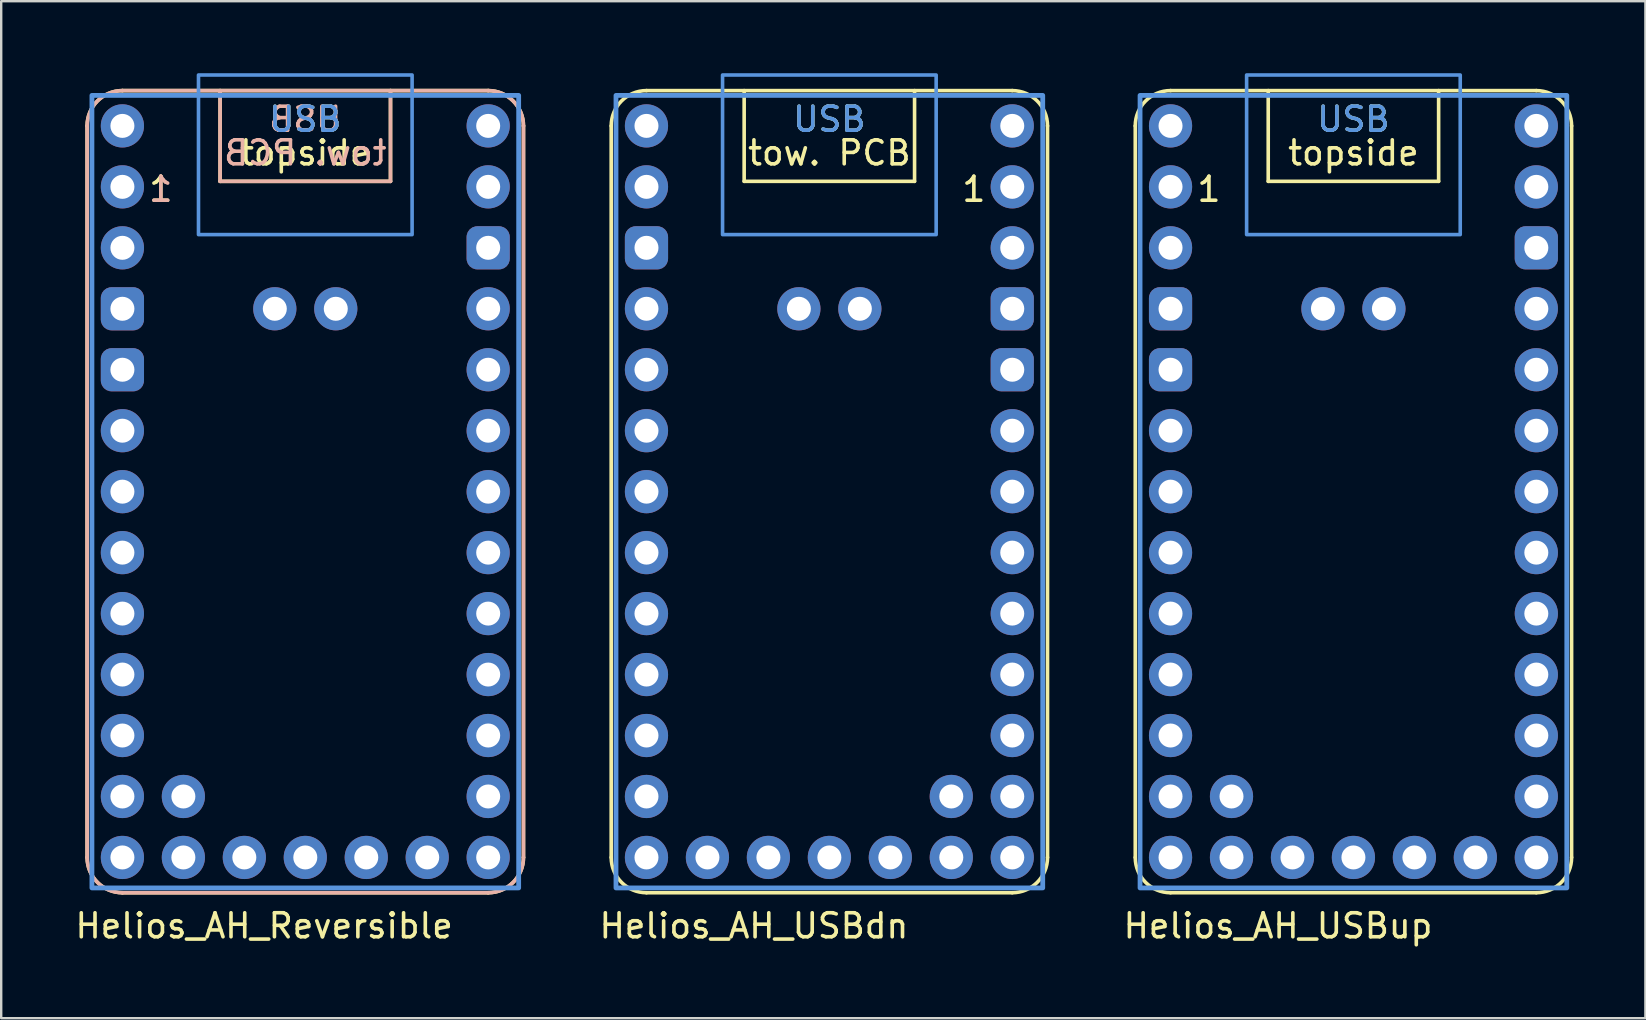
<source format=kicad_pcb>
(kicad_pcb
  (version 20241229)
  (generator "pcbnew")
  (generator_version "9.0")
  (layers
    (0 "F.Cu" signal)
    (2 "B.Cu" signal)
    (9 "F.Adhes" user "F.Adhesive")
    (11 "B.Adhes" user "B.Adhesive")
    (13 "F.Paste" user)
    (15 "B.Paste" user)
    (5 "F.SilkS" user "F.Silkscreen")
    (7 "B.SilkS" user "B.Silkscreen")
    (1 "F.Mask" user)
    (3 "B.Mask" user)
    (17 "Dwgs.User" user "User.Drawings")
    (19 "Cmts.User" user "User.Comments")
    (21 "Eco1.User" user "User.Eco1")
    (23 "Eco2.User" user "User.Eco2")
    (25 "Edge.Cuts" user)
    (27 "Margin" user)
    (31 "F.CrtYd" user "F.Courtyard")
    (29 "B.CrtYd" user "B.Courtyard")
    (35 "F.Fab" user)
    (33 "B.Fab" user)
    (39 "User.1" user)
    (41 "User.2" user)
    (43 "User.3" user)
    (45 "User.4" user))
  (footprint "Helios_AH_USBup"
    (layer "F.Cu")
    (at 53.34 18.705)
    (property "Reference" "Helios_AH_USBup" (at -9.67 16.82 0) (layer "F.SilkS") (effects (font (size 1 1) (thickness 0.15)) (justify left)))
    (attr through_hole exclude_from_pos_files exclude_from_bom)
    (fp_line (start -9.09 -16.51) (end -9.09 13.97) (stroke (width 0.15) (type default)) (layer "F.SilkS"))
    (fp_line (start -7.62 15.44) (end 7.62 15.44) (stroke (width 0.15) (type default)) (layer "F.SilkS"))
    (fp_line (start -3.55 -14.2) (end -3.55 -17.98) (stroke (width 0.15) (type default)) (layer "F.SilkS"))
    (fp_line (start 3.55 -14.2) (end -3.55 -14.2) (stroke (width 0.15) (type default)) (layer "F.SilkS"))
    (fp_line (start 3.55 -14.2) (end 3.55 -17.98) (stroke (width 0.15) (type default)) (layer "F.SilkS"))
    (fp_line (start 7.62 -17.98) (end -7.62 -17.98) (stroke (width 0.15) (type default)) (layer "F.SilkS"))
    (fp_line (start 9.09 13.97) (end 9.09 -16.51) (stroke (width 0.15) (type default)) (layer "F.SilkS"))
    (fp_arc (start -9.09 -16.51) (mid -8.659447 -17.549446) (end -7.62 -17.98) (stroke (width 0.15) (type default)) (layer "F.SilkS"))
    (fp_arc (start -7.62 15.44) (mid -8.659447 15.009447) (end -9.09 13.97) (stroke (width 0.15) (type default)) (layer "F.SilkS"))
    (fp_arc (start 7.62 -17.98) (mid 8.659447 -17.549447) (end 9.09 -16.51) (stroke (width 0.15) (type default)) (layer "F.SilkS"))
    (fp_arc (start 9.09 13.97) (mid 8.659447 15.009447) (end 7.62 15.44) (stroke (width 0.15) (type default)) (layer "F.SilkS"))
    (fp_rect (start -4.45 -18.63) (end 4.45 -11.98) (stroke (width 0.15) (type default)) (fill no) (layer "Cmts.User"))
    (fp_rect (start 8.89 -17.78) (end -8.89 15.24) (stroke (width 0.2) (type solid)) (fill no) (layer "Cmts.User"))
    (fp_text user "1" (at -6.02 -13.283 0) (layer "F.SilkS") (effects (font (size 1 1) (thickness 0.15)) (justify bottom)))
    (fp_text user "topside" (at 0 -14.8 0) (unlocked yes) (layer "F.SilkS") (effects (font (size 1 1) (thickness 0.15)) (justify bottom)))
    (fp_text user "USB" (at 0 -16.2 0) (unlocked yes) (layer "F.SilkS") (effects (font (size 1 1) (thickness 0.15)) (justify bottom)))
    (fp_text user "USB" (at 0 -16.2 0) (layer "Cmts.User") (effects (font (size 1 1) (thickness 0.15)) (justify bottom)))
    (pad "1" thru_hole circle (at -7.62 -13.97) (size 1.8 1.8) (drill 1) (layers "*.Cu" "B.Mask"))
    (pad "2" thru_hole circle (at -7.62 -11.43) (size 1.8 1.8) (drill 1) (layers "*.Cu" "B.Mask"))
    (pad "3" thru_hole roundrect (at -7.62 -8.89) (size 1.8 1.8) (drill 1) (layers "*.Cu" "B.Mask") (roundrect_rratio 0.25))
    (pad "4" thru_hole roundrect (at -7.62 -6.35) (size 1.8 1.8) (drill 1) (layers "*.Cu" "B.Mask") (roundrect_rratio 0.25))
    (pad "5" thru_hole circle (at -7.62 -3.81) (size 1.8 1.8) (drill 1) (layers "*.Cu" "B.Mask"))
    (pad "6" thru_hole circle (at -7.62 -1.27) (size 1.8 1.8) (drill 1) (layers "*.Cu" "B.Mask"))
    (pad "7" thru_hole circle (at -7.62 1.27) (size 1.8 1.8) (drill 1) (layers "*.Cu" "B.Mask"))
    (pad "8" thru_hole circle (at -7.62 3.81) (size 1.8 1.8) (drill 1) (layers "*.Cu" "B.Mask"))
    (pad "9" thru_hole circle (at -7.62 6.35) (size 1.8 1.8) (drill 1) (layers "*.Cu" "B.Mask"))
    (pad "10" thru_hole circle (at -7.62 8.89) (size 1.8 1.8) (drill 1) (layers "*.Cu" "B.Mask"))
    (pad "11" thru_hole circle (at -7.62 11.43) (size 1.8 1.8) (drill 1) (layers "*.Cu" "B.Mask"))
    (pad "12" thru_hole circle (at -7.62 13.97) (size 1.8 1.8) (drill 1) (layers "*.Cu" "B.Mask"))
    (pad "13" thru_hole circle (at 7.62 -13.97) (size 1.8 1.8) (drill 1) (layers "*.Cu" "B.Mask"))
    (pad "14" thru_hole roundrect (at 7.62 -11.43) (size 1.8 1.8) (drill 1) (layers "*.Cu" "B.Mask") (roundrect_rratio 0.25))
    (pad "15" thru_hole circle (at 7.62 -8.89) (size 1.8 1.8) (drill 1) (layers "*.Cu" "B.Mask"))
    (pad "16" thru_hole circle (at 7.62 -6.35) (size 1.8 1.8) (drill 1) (layers "*.Cu" "B.Mask"))
    (pad "17" thru_hole circle (at 7.62 -3.81) (size 1.8 1.8) (drill 1) (layers "*.Cu" "B.Mask"))
    (pad "18" thru_hole circle (at 7.62 -1.27) (size 1.8 1.8) (drill 1) (layers "*.Cu" "B.Mask"))
    (pad "19" thru_hole circle (at 7.62 1.27) (size 1.8 1.8) (drill 1) (layers "*.Cu" "B.Mask"))
    (pad "20" thru_hole circle (at 7.62 3.81) (size 1.8 1.8) (drill 1) (layers "*.Cu" "B.Mask"))
    (pad "21" thru_hole circle (at 7.62 6.35) (size 1.8 1.8) (drill 1) (layers "*.Cu" "B.Mask"))
    (pad "22" thru_hole circle (at 7.62 8.89) (size 1.8 1.8) (drill 1) (layers "*.Cu" "B.Mask"))
    (pad "23" thru_hole circle (at 7.62 11.43) (size 1.8 1.8) (drill 1) (layers "*.Cu" "B.Mask"))
    (pad "24" thru_hole circle (at 7.62 13.97) (size 1.8 1.8) (drill 1) (layers "*.Cu" "B.Mask"))
    (pad "25" thru_hole circle (at -5.08 13.97) (size 1.8 1.8) (drill 1) (layers "*.Cu" "B.Mask"))
    (pad "26" thru_hole circle (at -2.54 13.97) (size 1.8 1.8) (drill 1) (layers "*.Cu" "B.Mask"))
    (pad "27" thru_hole circle (at 0 13.97) (size 1.8 1.8) (drill 1) (layers "*.Cu" "B.Mask"))
    (pad "28" thru_hole circle (at 2.54 13.97) (size 1.8 1.8) (drill 1) (layers "*.Cu" "B.Mask"))
    (pad "29" thru_hole circle (at 5.08 13.97) (size 1.8 1.8) (drill 1) (layers "*.Cu" "B.Mask"))
    (pad "30" thru_hole circle (at 7.62 -16.51) (size 1.8 1.8) (drill 1) (layers "*.Cu" "B.Mask"))
    (pad "31" thru_hole circle (at -7.62 -16.51) (size 1.8 1.8) (drill 1) (layers "*.Cu" "B.Mask"))
    (pad "32" thru_hole circle (at -1.27 -8.89) (size 1.8 1.8) (drill 1) (layers "*.Cu" "B.Mask"))
    (pad "33" thru_hole circle (at 1.27 -8.89) (size 1.8 1.8) (drill 1) (layers "*.Cu" "B.Mask"))
    (pad "34" thru_hole circle (at -5.08 11.43) (size 1.8 1.8) (drill 1) (layers "*.Cu" "B.Mask")))
  (footprint "Helios_AH_Reversible"
    (layer "F.Cu")
    (at 9.67 18.705)
    (property "Reference" "Helios_AH_Reversible" (at -9.67 16.82 0) (layer "F.SilkS") (effects (font (size 1 1) (thickness 0.15)) (justify left)))
    (attr through_hole exclude_from_pos_files exclude_from_bom)
    (fp_line (start -9.09 -16.51) (end -9.09 13.97) (stroke (width 0.15) (type default)) (layer "F.SilkS"))
    (fp_line (start -7.62 15.44) (end 7.62 15.44) (stroke (width 0.15) (type default)) (layer "F.SilkS"))
    (fp_line (start -3.55 -14.2) (end -3.55 -17.98) (stroke (width 0.15) (type default)) (layer "F.SilkS"))
    (fp_line (start 3.55 -14.2) (end -3.55 -14.2) (stroke (width 0.15) (type default)) (layer "F.SilkS"))
    (fp_line (start 3.55 -14.2) (end 3.55 -17.98) (stroke (width 0.15) (type default)) (layer "F.SilkS"))
    (fp_line (start 7.62 -17.98) (end -7.62 -17.98) (stroke (width 0.15) (type default)) (layer "F.SilkS"))
    (fp_line (start 9.09 13.97) (end 9.09 -16.51) (stroke (width 0.15) (type default)) (layer "F.SilkS"))
    (fp_arc (start -9.09 -16.51) (mid -8.659447 -17.549446) (end -7.62 -17.98) (stroke (width 0.15) (type default)) (layer "F.SilkS"))
    (fp_arc (start -7.62 15.44) (mid -8.659447 15.009447) (end -9.09 13.97) (stroke (width 0.15) (type default)) (layer "F.SilkS"))
    (fp_arc (start 7.62 -17.98) (mid 8.659447 -17.549447) (end 9.09 -16.51) (stroke (width 0.15) (type default)) (layer "F.SilkS"))
    (fp_arc (start 9.09 13.97) (mid 8.659447 15.009447) (end 7.62 15.44) (stroke (width 0.15) (type default)) (layer "F.SilkS"))
    (fp_line (start -9.09 13.97) (end -9.09 -16.51) (stroke (width 0.15) (type default)) (layer "B.SilkS"))
    (fp_line (start -7.62 -17.98) (end 7.62 -17.98) (stroke (width 0.15) (type default)) (layer "B.SilkS"))
    (fp_line (start -3.55 -14.2) (end -3.55 -17.98) (stroke (width 0.15) (type default)) (layer "B.SilkS"))
    (fp_line (start -3.55 -14.2) (end 3.55 -14.2) (stroke (width 0.15) (type default)) (layer "B.SilkS"))
    (fp_line (start 3.55 -14.2) (end 3.55 -17.98) (stroke (width 0.15) (type default)) (layer "B.SilkS"))
    (fp_line (start 7.62 15.44) (end -7.62 15.44) (stroke (width 0.15) (type default)) (layer "B.SilkS"))
    (fp_line (start 9.09 -16.51) (end 9.09 13.97) (stroke (width 0.15) (type default)) (layer "B.SilkS"))
    (fp_arc (start -9.09 -16.51) (mid -8.659447 -17.549447) (end -7.62 -17.98) (stroke (width 0.15) (type default)) (layer "B.SilkS"))
    (fp_arc (start -7.62 15.44) (mid -8.659447 15.009447) (end -9.09 13.97) (stroke (width 0.15) (type default)) (layer "B.SilkS"))
    (fp_arc (start 7.62 -17.98) (mid 8.659446 -17.549446) (end 9.09 -16.51) (stroke (width 0.15) (type default)) (layer "B.SilkS"))
    (fp_arc (start 9.09 13.97) (mid 8.659447 15.009447) (end 7.62 15.44) (stroke (width 0.15) (type default)) (layer "B.SilkS"))
    (fp_rect (start -4.45 -18.63) (end 4.45 -11.98) (stroke (width 0.15) (type default)) (fill no) (layer "Cmts.User"))
    (fp_rect (start 8.89 -17.78) (end -8.89 15.24) (stroke (width 0.2) (type solid)) (fill no) (layer "Cmts.User"))
    (fp_text user "USB" (at 0 -16.2 0) (unlocked yes) (layer "F.SilkS") (effects (font (size 1 1) (thickness 0.15)) (justify bottom)))
    (fp_text user "1" (at -6.02 -13.283 0) (layer "F.SilkS") (effects (font (size 1 1) (thickness 0.15)) (justify bottom)))
    (fp_text user "topside" (at 0 -14.8 0) (unlocked yes) (layer "F.SilkS") (effects (font (size 1 1) (thickness 0.15)) (justify bottom)))
    (fp_text user "USB" (at 0 -16.2 0) (unlocked yes) (layer "B.SilkS") (effects (font (size 1 1) (thickness 0.15)) (justify bottom mirror)))
    (fp_text user "1" (at -6.02 -13.283 0) (layer "B.SilkS") (effects (font (size 1 1) (thickness 0.15)) (justify bottom mirror)))
    (fp_text user "tow. PCB" (at 0 -14.8 0) (unlocked yes) (layer "B.SilkS") (effects (font (size 1 1) (thickness 0.15)) (justify bottom mirror)))
    (fp_text user "USB" (at 0 -16.2 0) (layer "Cmts.User") (effects (font (size 1 1) (thickness 0.15)) (justify bottom)))
    (pad "1" thru_hole circle (at -7.62 -13.97) (size 1.8 1.8) (drill 1) (layers "*.Cu" "*.Mask"))
    (pad "2" thru_hole circle (at -7.62 -11.43) (size 1.8 1.8) (drill 1) (layers "*.Cu" "*.Mask"))
    (pad "3" thru_hole roundrect (at -7.62 -8.89) (size 1.8 1.8) (drill 1) (layers "*.Cu" "*.Mask") (roundrect_rratio 0.25))
    (pad "4" thru_hole roundrect (at -7.62 -6.35) (size 1.8 1.8) (drill 1) (layers "*.Cu" "*.Mask") (roundrect_rratio 0.25))
    (pad "5" thru_hole circle (at -7.62 -3.81) (size 1.8 1.8) (drill 1) (layers "*.Cu" "*.Mask"))
    (pad "6" thru_hole circle (at -7.62 -1.27) (size 1.8 1.8) (drill 1) (layers "*.Cu" "*.Mask"))
    (pad "7" thru_hole circle (at -7.62 1.27) (size 1.8 1.8) (drill 1) (layers "*.Cu" "*.Mask"))
    (pad "8" thru_hole circle (at -7.62 3.81) (size 1.8 1.8) (drill 1) (layers "*.Cu" "*.Mask"))
    (pad "9" thru_hole circle (at -7.62 6.35) (size 1.8 1.8) (drill 1) (layers "*.Cu" "*.Mask"))
    (pad "10" thru_hole circle (at -7.62 8.89) (size 1.8 1.8) (drill 1) (layers "*.Cu" "*.Mask"))
    (pad "11" thru_hole circle (at -7.62 11.43) (size 1.8 1.8) (drill 1) (layers "*.Cu" "*.Mask"))
    (pad "12" thru_hole circle (at -7.62 13.97) (size 1.8 1.8) (drill 1) (layers "*.Cu" "*.Mask"))
    (pad "13" thru_hole circle (at 7.62 -13.97) (size 1.8 1.8) (drill 1) (layers "*.Cu" "*.Mask"))
    (pad "14" thru_hole roundrect (at 7.62 -11.43) (size 1.8 1.8) (drill 1) (layers "*.Cu" "*.Mask") (roundrect_rratio 0.25))
    (pad "15" thru_hole circle (at 7.62 -8.89) (size 1.8 1.8) (drill 1) (layers "*.Cu" "*.Mask"))
    (pad "16" thru_hole circle (at 7.62 -6.35) (size 1.8 1.8) (drill 1) (layers "*.Cu" "*.Mask"))
    (pad "17" thru_hole circle (at 7.62 -3.81) (size 1.8 1.8) (drill 1) (layers "*.Cu" "*.Mask"))
    (pad "18" thru_hole circle (at 7.62 -1.27) (size 1.8 1.8) (drill 1) (layers "*.Cu" "*.Mask"))
    (pad "19" thru_hole circle (at 7.62 1.27) (size 1.8 1.8) (drill 1) (layers "*.Cu" "*.Mask"))
    (pad "20" thru_hole circle (at 7.62 3.81) (size 1.8 1.8) (drill 1) (layers "*.Cu" "*.Mask"))
    (pad "21" thru_hole circle (at 7.62 6.35) (size 1.8 1.8) (drill 1) (layers "*.Cu" "*.Mask"))
    (pad "22" thru_hole circle (at 7.62 8.89) (size 1.8 1.8) (drill 1) (layers "*.Cu" "*.Mask"))
    (pad "23" thru_hole circle (at 7.62 11.43) (size 1.8 1.8) (drill 1) (layers "*.Cu" "*.Mask"))
    (pad "24" thru_hole circle (at 7.62 13.97) (size 1.8 1.8) (drill 1) (layers "*.Cu" "*.Mask"))
    (pad "25" thru_hole circle (at -5.08 13.97) (size 1.8 1.8) (drill 1) (layers "*.Cu" "*.Mask"))
    (pad "26" thru_hole circle (at -2.54 13.97) (size 1.8 1.8) (drill 1) (layers "*.Cu" "*.Mask"))
    (pad "27" thru_hole circle (at 0 13.97) (size 1.8 1.8) (drill 1) (layers "*.Cu" "*.Mask"))
    (pad "28" thru_hole circle (at 2.54 13.97) (size 1.8 1.8) (drill 1) (layers "*.Cu" "*.Mask"))
    (pad "29" thru_hole circle (at 5.08 13.97) (size 1.8 1.8) (drill 1) (layers "*.Cu" "*.Mask"))
    (pad "30" thru_hole circle (at 7.62 -16.51) (size 1.8 1.8) (drill 1) (layers "*.Cu" "*.Mask"))
    (pad "31" thru_hole circle (at -7.62 -16.51) (size 1.8 1.8) (drill 1) (layers "*.Cu" "*.Mask"))
    (pad "32" thru_hole circle (at -1.27 -8.89) (size 1.8 1.8) (drill 1) (layers "*.Cu" "*.Mask"))
    (pad "33" thru_hole circle (at 1.27 -8.89) (size 1.8 1.8) (drill 1) (layers "*.Cu" "*.Mask"))
    (pad "34" thru_hole circle (at -5.08 11.43) (size 1.8 1.8) (drill 1) (layers "*.Cu" "*.Mask")))
  (footprint "Helios_AH_USBdn"
    (layer "F.Cu")
    (at 31.505 18.705)
    (property "Reference" "Helios_AH_USBdn" (at -9.67 16.82 0) (layer "F.SilkS") (effects (font (size 1 1) (thickness 0.15)) (justify left)))
    (attr through_hole exclude_from_pos_files exclude_from_bom)
    (fp_line (start -9.09 -16.51) (end -9.09 13.97) (stroke (width 0.15) (type default)) (layer "F.SilkS"))
    (fp_line (start -7.62 15.44) (end 7.62 15.44) (stroke (width 0.15) (type default)) (layer "F.SilkS"))
    (fp_line (start -3.55 -14.2) (end -3.55 -17.98) (stroke (width 0.15) (type default)) (layer "F.SilkS"))
    (fp_line (start 3.55 -14.2) (end -3.55 -14.2) (stroke (width 0.15) (type default)) (layer "F.SilkS"))
    (fp_line (start 3.55 -14.2) (end 3.55 -17.98) (stroke (width 0.15) (type default)) (layer "F.SilkS"))
    (fp_line (start 7.62 -17.98) (end -7.62 -17.98) (stroke (width 0.15) (type default)) (layer "F.SilkS"))
    (fp_line (start 9.09 13.97) (end 9.09 -16.51) (stroke (width 0.15) (type default)) (layer "F.SilkS"))
    (fp_arc (start -9.09 -16.51) (mid -8.659447 -17.549446) (end -7.62 -17.98) (stroke (width 0.15) (type default)) (layer "F.SilkS"))
    (fp_arc (start -7.62 15.44) (mid -8.659447 15.009447) (end -9.09 13.97) (stroke (width 0.15) (type default)) (layer "F.SilkS"))
    (fp_arc (start 7.62 -17.98) (mid 8.659447 -17.549447) (end 9.09 -16.51) (stroke (width 0.15) (type default)) (layer "F.SilkS"))
    (fp_arc (start 9.09 13.97) (mid 8.659447 15.009447) (end 7.62 15.44) (stroke (width 0.15) (type default)) (layer "F.SilkS"))
    (fp_rect (start -4.45 -18.63) (end 4.45 -11.98) (stroke (width 0.15) (type default)) (fill no) (layer "Cmts.User"))
    (fp_rect (start 8.89 -17.78) (end -8.89 15.24) (stroke (width 0.2) (type solid)) (fill no) (layer "Cmts.User"))
    (fp_text user "1" (at 6.02 -13.283 0) (layer "F.SilkS") (effects (font (size 1 1) (thickness 0.15)) (justify bottom)))
    (fp_text user "USB" (at 0 -16.2 0) (unlocked yes) (layer "F.SilkS") (effects (font (size 1 1) (thickness 0.15)) (justify bottom)))
    (fp_text user "tow. PCB" (at 0 -14.8 0) (unlocked yes) (layer "F.SilkS") (effects (font (size 1 1) (thickness 0.15)) (justify bottom)))
    (fp_text user "USB" (at 0 -16.2 0) (layer "Cmts.User") (effects (font (size 1 1) (thickness 0.15)) (justify bottom)))
    (pad "1" thru_hole circle (at 7.62 -13.97) (size 1.8 1.8) (drill 1) (layers "*.Cu" "B.Mask"))
    (pad "2" thru_hole circle (at 7.62 -11.43) (size 1.8 1.8) (drill 1) (layers "*.Cu" "B.Mask"))
    (pad "3" thru_hole roundrect (at 7.62 -8.89) (size 1.8 1.8) (drill 1) (layers "*.Cu" "B.Mask") (roundrect_rratio 0.25))
    (pad "4" thru_hole roundrect (at 7.62 -6.35) (size 1.8 1.8) (drill 1) (layers "*.Cu" "B.Mask") (roundrect_rratio 0.25))
    (pad "5" thru_hole circle (at 7.62 -3.81) (size 1.8 1.8) (drill 1) (layers "*.Cu" "B.Mask"))
    (pad "6" thru_hole circle (at 7.62 -1.27) (size 1.8 1.8) (drill 1) (layers "*.Cu" "B.Mask"))
    (pad "7" thru_hole circle (at 7.62 1.27) (size 1.8 1.8) (drill 1) (layers "*.Cu" "B.Mask"))
    (pad "8" thru_hole circle (at 7.62 3.81) (size 1.8 1.8) (drill 1) (layers "*.Cu" "B.Mask"))
    (pad "9" thru_hole circle (at 7.62 6.35) (size 1.8 1.8) (drill 1) (layers "*.Cu" "B.Mask"))
    (pad "10" thru_hole circle (at 7.62 8.89) (size 1.8 1.8) (drill 1) (layers "*.Cu" "B.Mask"))
    (pad "11" thru_hole circle (at 7.62 11.43) (size 1.8 1.8) (drill 1) (layers "*.Cu" "B.Mask"))
    (pad "12" thru_hole circle (at 7.62 13.97) (size 1.8 1.8) (drill 1) (layers "*.Cu" "B.Mask"))
    (pad "13" thru_hole circle (at -7.62 -13.97) (size 1.8 1.8) (drill 1) (layers "*.Cu" "B.Mask"))
    (pad "14" thru_hole roundrect (at -7.62 -11.43) (size 1.8 1.8) (drill 1) (layers "*.Cu" "B.Mask") (roundrect_rratio 0.25))
    (pad "15" thru_hole circle (at -7.62 -8.89) (size 1.8 1.8) (drill 1) (layers "*.Cu" "B.Mask"))
    (pad "16" thru_hole circle (at -7.62 -6.35) (size 1.8 1.8) (drill 1) (layers "*.Cu" "B.Mask"))
    (pad "17" thru_hole circle (at -7.62 -3.81) (size 1.8 1.8) (drill 1) (layers "*.Cu" "B.Mask"))
    (pad "18" thru_hole circle (at -7.62 -1.27) (size 1.8 1.8) (drill 1) (layers "*.Cu" "B.Mask"))
    (pad "19" thru_hole circle (at -7.62 1.27) (size 1.8 1.8) (drill 1) (layers "*.Cu" "B.Mask"))
    (pad "20" thru_hole circle (at -7.62 3.81) (size 1.8 1.8) (drill 1) (layers "*.Cu" "B.Mask"))
    (pad "21" thru_hole circle (at -7.62 6.35) (size 1.8 1.8) (drill 1) (layers "*.Cu" "B.Mask"))
    (pad "22" thru_hole circle (at -7.62 8.89) (size 1.8 1.8) (drill 1) (layers "*.Cu" "B.Mask"))
    (pad "23" thru_hole circle (at -7.62 11.43) (size 1.8 1.8) (drill 1) (layers "*.Cu" "B.Mask"))
    (pad "24" thru_hole circle (at -7.62 13.97) (size 1.8 1.8) (drill 1) (layers "*.Cu" "B.Mask"))
    (pad "25" thru_hole circle (at 5.08 13.97) (size 1.8 1.8) (drill 1) (layers "*.Cu" "B.Mask"))
    (pad "26" thru_hole circle (at 2.54 13.97) (size 1.8 1.8) (drill 1) (layers "*.Cu" "B.Mask"))
    (pad "27" thru_hole circle (at 0 13.97) (size 1.8 1.8) (drill 1) (layers "*.Cu" "B.Mask"))
    (pad "28" thru_hole circle (at -2.54 13.97) (size 1.8 1.8) (drill 1) (layers "*.Cu" "B.Mask"))
    (pad "29" thru_hole circle (at -5.08 13.97) (size 1.8 1.8) (drill 1) (layers "*.Cu" "B.Mask"))
    (pad "30" thru_hole circle (at -7.62 -16.51) (size 1.8 1.8) (drill 1) (layers "*.Cu" "B.Mask"))
    (pad "31" thru_hole circle (at 7.62 -16.51) (size 1.8 1.8) (drill 1) (layers "*.Cu" "B.Mask"))
    (pad "32" thru_hole circle (at 1.27 -8.89) (size 1.8 1.8) (drill 1) (layers "*.Cu" "B.Mask"))
    (pad "33" thru_hole circle (at -1.27 -8.89) (size 1.8 1.8) (drill 1) (layers "*.Cu" "B.Mask"))
    (pad "34" thru_hole circle (at 5.08 11.43) (size 1.8 1.8) (drill 1) (layers "*.Cu" "B.Mask")))
  (gr_rect
    (start -3 -3)
    (end 65.505 39.373)
    (stroke (width 0.1) (type default))
    (fill no)
    (layer "Edge.Cuts")))
</source>
